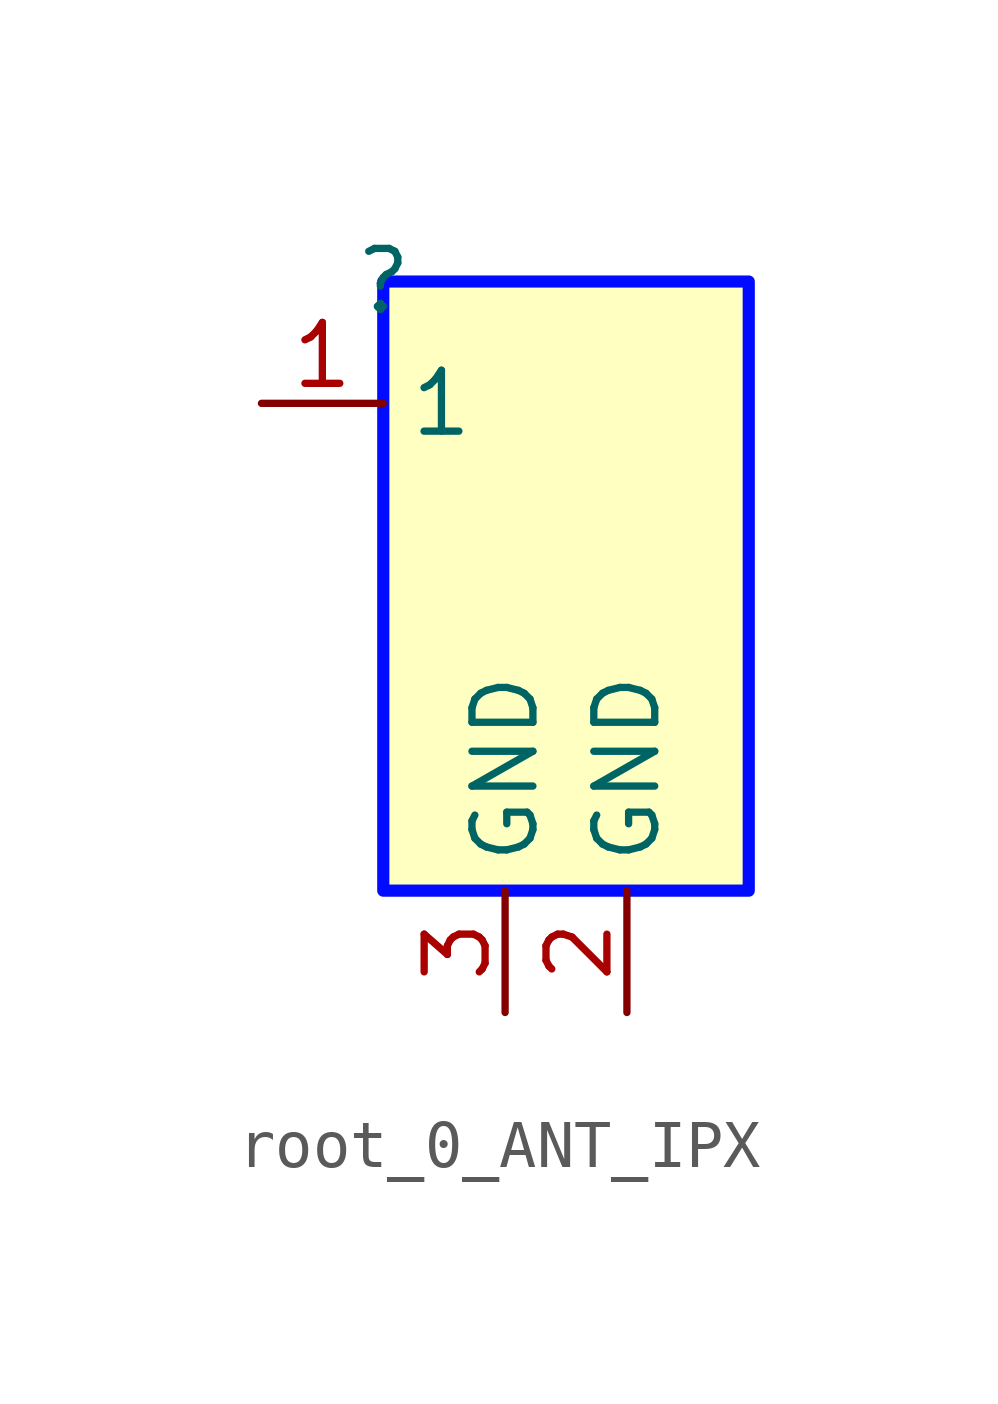
<source format=kicad_sym>
(kicad_symbol_lib
  (version 20231120)
  (generator "kicad_symbol_editor")
  (generator_version "8.0")
  (symbol "root_0_ANT_IPX"
    (property "Reference" ""
      (at 0 0 0)
      (effects (font (size 1.27 1.27))))
    (property "Value" ""
      (at 0 0 0)
      (effects (font (size 1.27 1.27))))
    (symbol "root_0_ANT_IPX_1_0"
      (rectangle (start 7.62 0) (end 0 -12.7) (stroke (width 0.254) (type solid) (color 0 11 255 1)) (fill (type background)))
      (pin passive line (at -2.54 -2.54 0) (length 2.54) (name "1" (effects (font (size 1.27 1.27)))) (number "1" (effects (font (size 1.27 1.27)))))
      (pin passive line (at 5.08 -15.24 90) (length 2.54) (name "GND" (effects (font (size 1.27 1.27)))) (number "2" (effects (font (size 1.27 1.27)))))
      (pin passive line (at 2.54 -15.24 90) (length 2.54) (name "GND" (effects (font (size 1.27 1.27)))) (number "3" (effects (font (size 1.27 1.27))))))))
</source>
